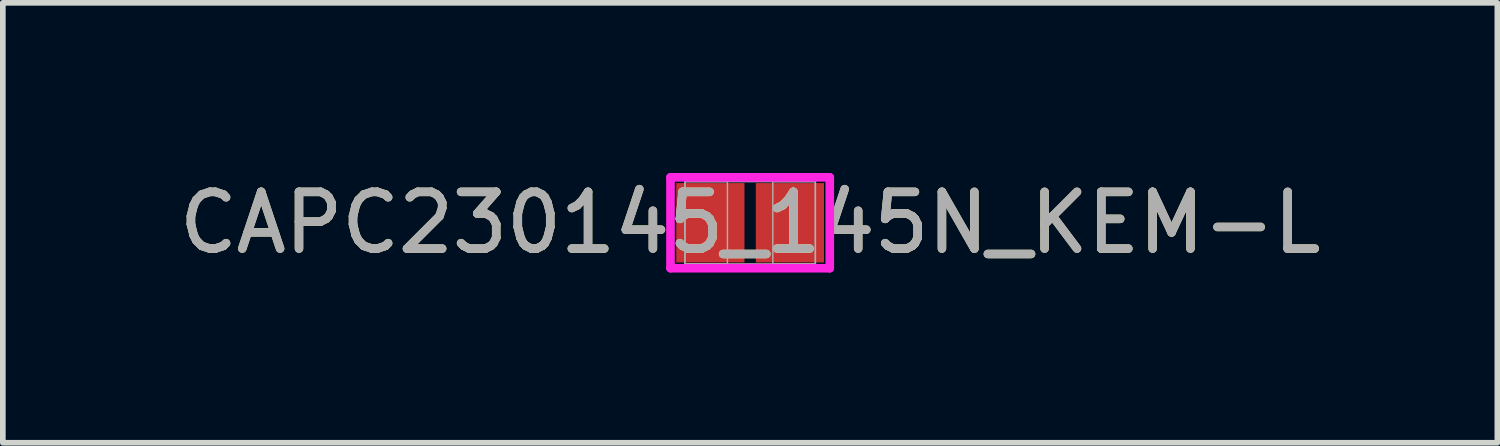
<source format=kicad_pcb>
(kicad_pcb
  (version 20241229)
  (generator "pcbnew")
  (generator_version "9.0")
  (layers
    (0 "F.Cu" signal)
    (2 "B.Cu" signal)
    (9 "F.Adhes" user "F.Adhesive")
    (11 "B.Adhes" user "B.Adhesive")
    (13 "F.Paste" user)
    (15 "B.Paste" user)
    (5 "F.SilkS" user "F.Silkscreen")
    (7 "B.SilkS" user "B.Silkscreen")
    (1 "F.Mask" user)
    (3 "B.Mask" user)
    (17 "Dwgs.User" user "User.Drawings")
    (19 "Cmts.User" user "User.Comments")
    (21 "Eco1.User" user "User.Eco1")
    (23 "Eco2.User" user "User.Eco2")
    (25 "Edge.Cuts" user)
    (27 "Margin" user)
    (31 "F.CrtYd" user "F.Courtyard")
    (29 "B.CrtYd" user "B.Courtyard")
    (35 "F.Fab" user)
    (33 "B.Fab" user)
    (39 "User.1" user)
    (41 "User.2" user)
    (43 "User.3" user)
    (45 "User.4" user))
  (footprint "CAPC230145_145N_KEM-L"
    (layer "F.Cu")
    (at 10.173 0.877)
    (property "Reference" "CAPC230145_145N_KEM-L" (at 0 0 0) (unlocked yes) (layer "F.SilkS") (effects (font (size 1 1) (thickness 0.15))))
    (attr smd)
    (fp_line (start -1.404 -0.801) (end 1.404 -0.801) (stroke (width 0.152) (type solid)) (layer "F.CrtYd"))
    (fp_line (start -1.404 0.801) (end -1.404 -0.801) (stroke (width 0.152) (type solid)) (layer "F.CrtYd"))
    (fp_line (start 1.404 -0.801) (end 1.404 0.801) (stroke (width 0.152) (type solid)) (layer "F.CrtYd"))
    (fp_line (start 1.404 0.801) (end -1.404 0.801) (stroke (width 0.152) (type solid)) (layer "F.CrtYd"))
    (fp_line (start -1.15 -0.725) (end -1.15 0.725) (stroke (width 0.025) (type solid)) (layer "F.Fab"))
    (fp_line (start -1.15 -0.725) (end -1.15 0.725) (stroke (width 0.025) (type solid)) (layer "F.Fab"))
    (fp_line (start -1.15 0.725) (end -0.4 0.725) (stroke (width 0.025) (type solid)) (layer "F.Fab"))
    (fp_line (start -1.15 0.725) (end 1.15 0.725) (stroke (width 0.025) (type solid)) (layer "F.Fab"))
    (fp_line (start -0.4 -0.725) (end -1.15 -0.725) (stroke (width 0.025) (type solid)) (layer "F.Fab"))
    (fp_line (start -0.4 0.725) (end -0.4 -0.725) (stroke (width 0.025) (type solid)) (layer "F.Fab"))
    (fp_line (start 0.4 -0.725) (end 0.4 0.725) (stroke (width 0.025) (type solid)) (layer "F.Fab"))
    (fp_line (start 0.4 0.725) (end 1.15 0.725) (stroke (width 0.025) (type solid)) (layer "F.Fab"))
    (fp_line (start 1.15 -0.725) (end -1.15 -0.725) (stroke (width 0.025) (type solid)) (layer "F.Fab"))
    (fp_line (start 1.15 -0.725) (end 0.4 -0.725) (stroke (width 0.025) (type solid)) (layer "F.Fab"))
    (fp_line (start 1.15 0.725) (end 1.15 -0.725) (stroke (width 0.025) (type solid)) (layer "F.Fab"))
    (fp_line (start 1.15 0.725) (end 1.15 -0.725) (stroke (width 0.025) (type solid)) (layer "F.Fab"))
    (fp_text user "${REFERENCE}" (at 0 0 0) (unlocked yes) (layer "F.Fab") (effects (font (size 1 1) (thickness 0.15))))
    (pad "1" smd rect (at -0.701 0) (size 1.202 1.399) (layers "F.Cu" "F.Mask" "F.Paste"))
    (pad "2" smd rect (at 0.701 0) (size 1.202 1.399) (layers "F.Cu" "F.Mask" "F.Paste"))
    (zone (net_name "") (layer "F.Cu") (hatch full 0.508) (connect_pads) (min_thickness 0.254) (filled_areas_thickness no) (keepout (tracks not_allowed) (vias not_allowed) (pads allowed) (copperpour not_allowed) (footprints allowed)) (placement (enabled no)) (fill) (polygon (pts (xy 10.123 0.203) (xy 10.222 0.203) (xy 10.222 1.552) (xy 10.123 1.552)))))
  (gr_rect
    (start -3 -3)
    (end 23.345 4.755)
    (stroke (width 0.1) (type default))
    (fill no)
    (layer "Edge.Cuts")))
</source>
